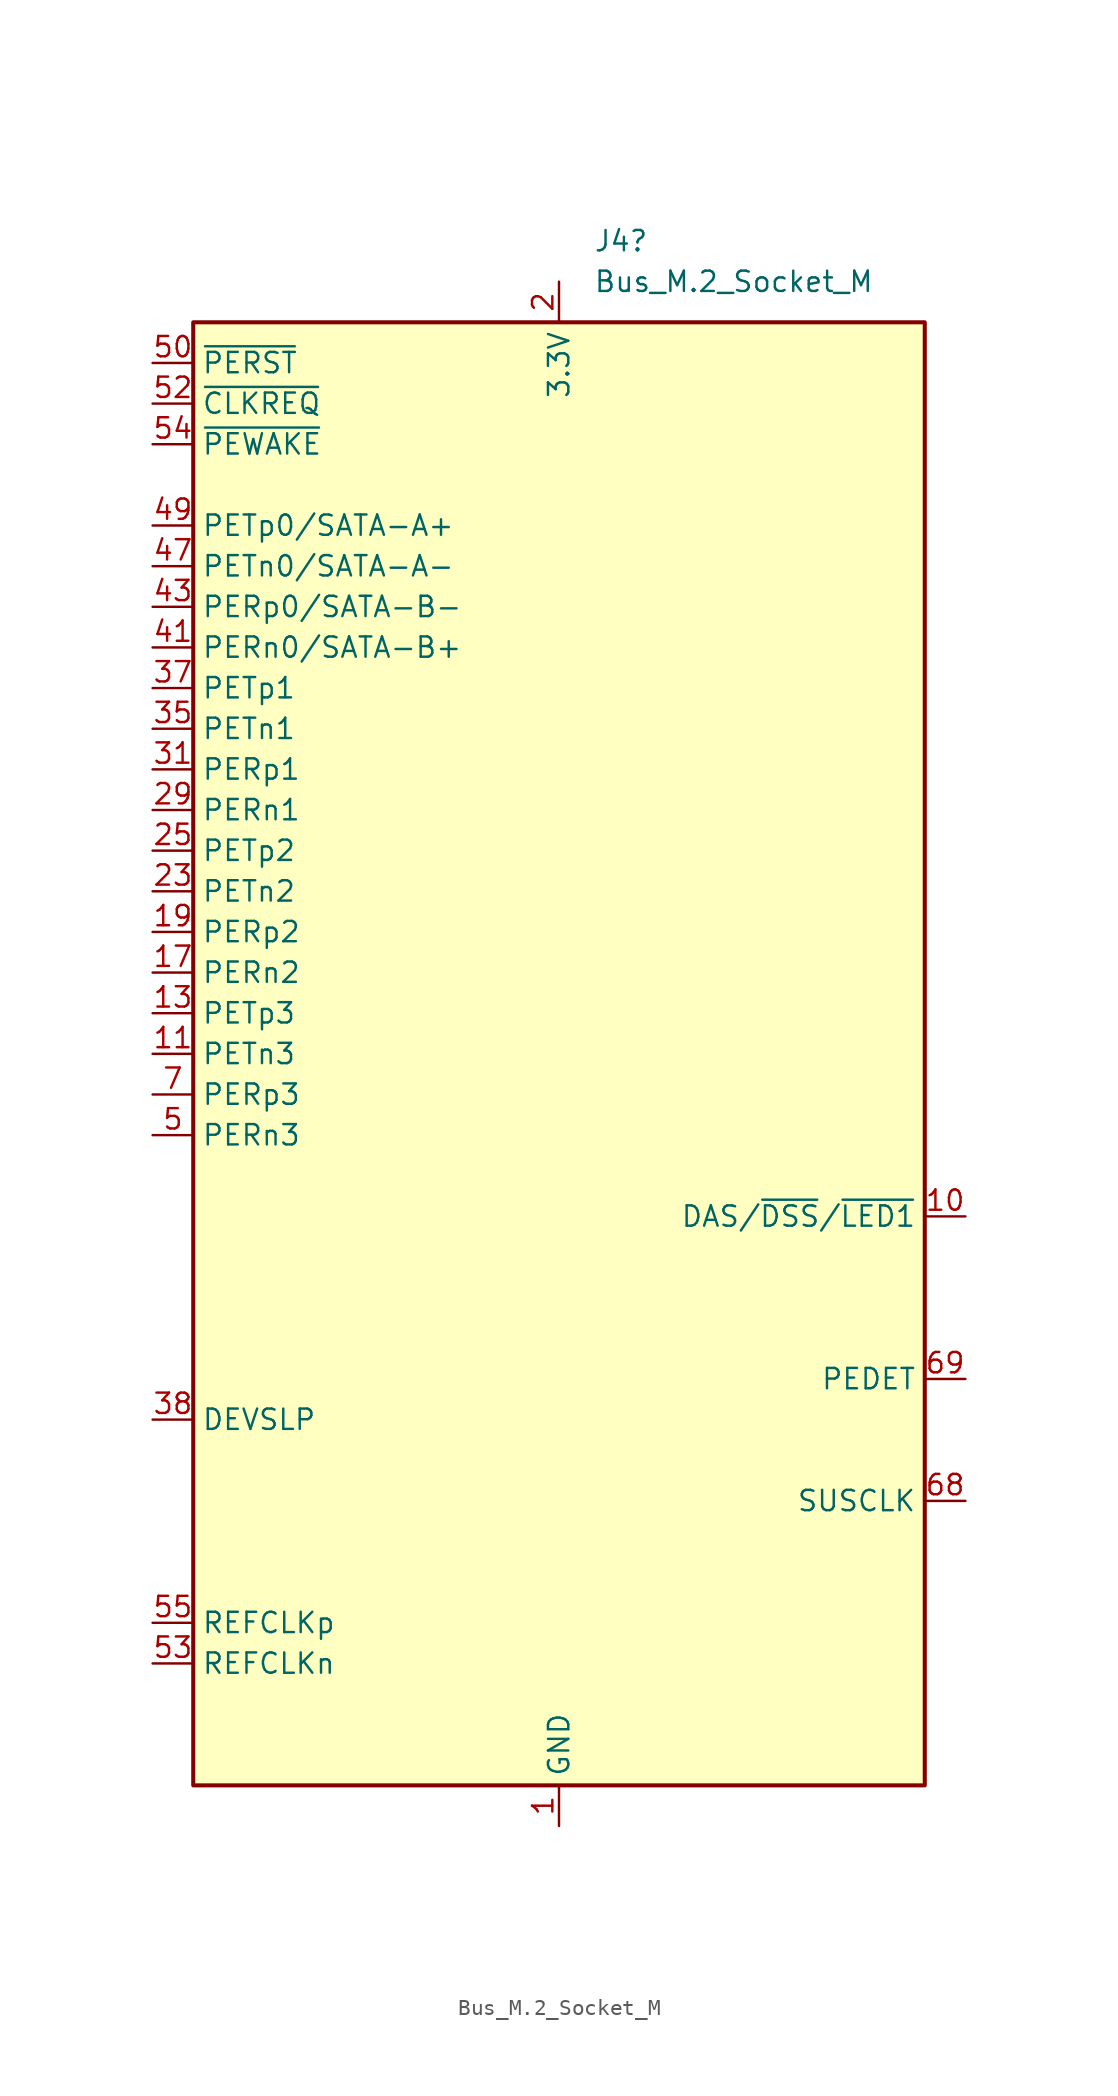
<source format=kicad_sym>
(kicad_symbol_lib
  (version 20241209)
  (generator "kicad_symbol_editor")
  (generator_version "9.0")
  (symbol "Bus_M.2_Socket_M"
    (property "Reference" "J4"
      (at 2.143 50.8 0)
      (effects (font (size 1.27 1.27)) (justify left)))
    (property "Value" "Bus_M.2_Socket_M"
      (at 2.143 48.26 0)
      (effects (font (size 1.27 1.27)) (justify left)))
    (symbol "Bus_M.2_Socket_M_0_1"
      (rectangle (start -22.86 45.72) (end 22.86 -45.72) (stroke (width 0.254) (type default)) (fill (type background))))
    (symbol "Bus_M.2_Socket_M_1_1"
      (pin output line (at -25.4 43.18 0) (length 2.54) (name "~{PERST}" (effects (font (size 1.27 1.27)))) (number "50" (effects (font (size 1.27 1.27)))))
      (pin bidirectional line (at -25.4 40.64 0) (length 2.54) (name "~{CLKREQ}" (effects (font (size 1.27 1.27)))) (number "52" (effects (font (size 1.27 1.27)))))
      (pin bidirectional line (at -25.4 38.1 0) (length 2.54) (name "~{PEWAKE}" (effects (font (size 1.27 1.27)))) (number "54" (effects (font (size 1.27 1.27)))))
      (pin output line (at -25.4 33.02 0) (length 2.54) (name "PETp0/SATA-A+" (effects (font (size 1.27 1.27)))) (number "49" (effects (font (size 1.27 1.27)))))
      (pin output line (at -25.4 30.48 0) (length 2.54) (name "PETn0/SATA-A-" (effects (font (size 1.27 1.27)))) (number "47" (effects (font (size 1.27 1.27)))))
      (pin input line (at -25.4 27.94 0) (length 2.54) (name "PERp0/SATA-B-" (effects (font (size 1.27 1.27)))) (number "43" (effects (font (size 1.27 1.27)))))
      (pin input line (at -25.4 25.4 0) (length 2.54) (name "PERn0/SATA-B+" (effects (font (size 1.27 1.27)))) (number "41" (effects (font (size 1.27 1.27)))))
      (pin output line (at -25.4 22.86 0) (length 2.54) (name "PETp1" (effects (font (size 1.27 1.27)))) (number "37" (effects (font (size 1.27 1.27)))))
      (pin output line (at -25.4 20.32 0) (length 2.54) (name "PETn1" (effects (font (size 1.27 1.27)))) (number "35" (effects (font (size 1.27 1.27)))))
      (pin input line (at -25.4 17.78 0) (length 2.54) (name "PERp1" (effects (font (size 1.27 1.27)))) (number "31" (effects (font (size 1.27 1.27)))))
      (pin input line (at -25.4 15.24 0) (length 2.54) (name "PERn1" (effects (font (size 1.27 1.27)))) (number "29" (effects (font (size 1.27 1.27)))))
      (pin output line (at -25.4 12.7 0) (length 2.54) (name "PETp2" (effects (font (size 1.27 1.27)))) (number "25" (effects (font (size 1.27 1.27)))))
      (pin output line (at -25.4 10.16 0) (length 2.54) (name "PETn2" (effects (font (size 1.27 1.27)))) (number "23" (effects (font (size 1.27 1.27)))))
      (pin input line (at -25.4 7.62 0) (length 2.54) (name "PERp2" (effects (font (size 1.27 1.27)))) (number "19" (effects (font (size 1.27 1.27)))))
      (pin input line (at -25.4 5.08 0) (length 2.54) (name "PERn2" (effects (font (size 1.27 1.27)))) (number "17" (effects (font (size 1.27 1.27)))))
      (pin output line (at -25.4 2.54 0) (length 2.54) (name "PETp3" (effects (font (size 1.27 1.27)))) (number "13" (effects (font (size 1.27 1.27)))))
      (pin output line (at -25.4 0 0) (length 2.54) (name "PETn3" (effects (font (size 1.27 1.27)))) (number "11" (effects (font (size 1.27 1.27)))))
      (pin input line (at -25.4 -2.54 0) (length 2.54) (name "PERp3" (effects (font (size 1.27 1.27)))) (number "7" (effects (font (size 1.27 1.27)))))
      (pin input line (at -25.4 -5.08 0) (length 2.54) (name "PERn3" (effects (font (size 1.27 1.27)))) (number "5" (effects (font (size 1.27 1.27)))))
      (pin output line (at -25.4 -22.86 0) (length 2.54) (name "DEVSLP" (effects (font (size 1.27 1.27)))) (number "38" (effects (font (size 1.27 1.27)))))
      (pin output line (at -25.4 -35.56 0) (length 2.54) (name "REFCLKp" (effects (font (size 1.27 1.27)))) (number "55" (effects (font (size 1.27 1.27)))))
      (pin output line (at -25.4 -38.1 0) (length 2.54) (name "REFCLKn" (effects (font (size 1.27 1.27)))) (number "53" (effects (font (size 1.27 1.27)))))
      (pin passive line (at 0 48.26 270) (length 2.54) (hide yes) (name "3.3V" (effects (font (size 1.27 1.27)))) (number "12" (effects (font (size 1.27 1.27)))))
      (pin passive line (at 0 48.26 270) (length 2.54) (hide yes) (name "3.3V" (effects (font (size 1.27 1.27)))) (number "14" (effects (font (size 1.27 1.27)))))
      (pin passive line (at 0 48.26 270) (length 2.54) (hide yes) (name "3.3V" (effects (font (size 1.27 1.27)))) (number "16" (effects (font (size 1.27 1.27)))))
      (pin passive line (at 0 48.26 270) (length 2.54) (hide yes) (name "3.3V" (effects (font (size 1.27 1.27)))) (number "18" (effects (font (size 1.27 1.27)))))
      (pin power_in line (at 0 48.26 270) (length 2.54) (name "3.3V" (effects (font (size 1.27 1.27)))) (number "2" (effects (font (size 1.27 1.27)))))
      (pin passive line (at 0 48.26 270) (length 2.54) (hide yes) (name "3.3V" (effects (font (size 1.27 1.27)))) (number "4" (effects (font (size 1.27 1.27)))))
      (pin passive line (at 0 48.26 270) (length 2.54) (hide yes) (name "3.3V" (effects (font (size 1.27 1.27)))) (number "70" (effects (font (size 1.27 1.27)))))
      (pin passive line (at 0 48.26 270) (length 2.54) (hide yes) (name "3.3V" (effects (font (size 1.27 1.27)))) (number "72" (effects (font (size 1.27 1.27)))))
      (pin passive line (at 0 48.26 270) (length 2.54) (hide yes) (name "3.3V" (effects (font (size 1.27 1.27)))) (number "74" (effects (font (size 1.27 1.27)))))
      (pin power_in line (at 0 -48.26 90) (length 2.54) (name "GND" (effects (font (size 1.27 1.27)))) (number "1" (effects (font (size 1.27 1.27)))))
      (pin passive line (at 0 -48.26 90) (length 2.54) (hide yes) (name "GND" (effects (font (size 1.27 1.27)))) (number "15" (effects (font (size 1.27 1.27)))))
      (pin passive line (at 0 -48.26 90) (length 2.54) (hide yes) (name "GND" (effects (font (size 1.27 1.27)))) (number "21" (effects (font (size 1.27 1.27)))))
      (pin passive line (at 0 -48.26 90) (length 2.54) (hide yes) (name "GND" (effects (font (size 1.27 1.27)))) (number "27" (effects (font (size 1.27 1.27)))))
      (pin passive line (at 0 -48.26 90) (length 2.54) (hide yes) (name "GND" (effects (font (size 1.27 1.27)))) (number "3" (effects (font (size 1.27 1.27)))))
      (pin passive line (at 0 -48.26 90) (length 2.54) (hide yes) (name "GND" (effects (font (size 1.27 1.27)))) (number "33" (effects (font (size 1.27 1.27)))))
      (pin passive line (at 0 -48.26 90) (length 2.54) (hide yes) (name "GND" (effects (font (size 1.27 1.27)))) (number "39" (effects (font (size 1.27 1.27)))))
      (pin passive line (at 0 -48.26 90) (length 2.54) (hide yes) (name "GND" (effects (font (size 1.27 1.27)))) (number "45" (effects (font (size 1.27 1.27)))))
      (pin passive line (at 0 -48.26 90) (length 2.54) (hide yes) (name "GND" (effects (font (size 1.27 1.27)))) (number "51" (effects (font (size 1.27 1.27)))))
      (pin passive line (at 0 -48.26 90) (length 2.54) (hide yes) (name "GND" (effects (font (size 1.27 1.27)))) (number "57" (effects (font (size 1.27 1.27)))))
      (pin passive line (at 0 -48.26 90) (length 2.54) (hide yes) (name "GND" (effects (font (size 1.27 1.27)))) (number "71" (effects (font (size 1.27 1.27)))))
      (pin passive line (at 0 -48.26 90) (length 2.54) (hide yes) (name "GND" (effects (font (size 1.27 1.27)))) (number "73" (effects (font (size 1.27 1.27)))))
      (pin passive line (at 0 -48.26 90) (length 2.54) (hide yes) (name "GND" (effects (font (size 1.27 1.27)))) (number "75" (effects (font (size 1.27 1.27)))))
      (pin passive line (at 0 -48.26 90) (length 2.54) (hide yes) (name "GND" (effects (font (size 1.27 1.27)))) (number "9" (effects (font (size 1.27 1.27)))))
      (pin output line (at 0 -48.26 90) (length 2.54) (hide yes) (name "GND" (effects (font (size 1.27 1.27)))) (number "SH1" (effects (font (size 1.27 1.27)))))
      (pin output line (at 0 -48.26 90) (length 2.54) (hide yes) (name "GND" (effects (font (size 1.27 1.27)))) (number "SH2" (effects (font (size 1.27 1.27)))))
      (pin no_connect line (at 22.86 40.64 180) (length 2.54) (hide yes) (name "NC" (effects (font (size 1.27 1.27)))) (number "58" (effects (font (size 1.27 1.27)))))
      (pin no_connect line (at 22.86 38.1 180) (length 2.54) (hide yes) (name "NC" (effects (font (size 1.27 1.27)))) (number "56" (effects (font (size 1.27 1.27)))))
      (pin no_connect line (at 22.86 35.56 180) (length 2.54) (hide yes) (name "NC" (effects (font (size 1.27 1.27)))) (number "48" (effects (font (size 1.27 1.27)))))
      (pin no_connect line (at 22.86 33.02 180) (length 2.54) (hide yes) (name "NC" (effects (font (size 1.27 1.27)))) (number "46" (effects (font (size 1.27 1.27)))))
      (pin no_connect line (at 22.86 30.48 180) (length 2.54) (hide yes) (name "NC" (effects (font (size 1.27 1.27)))) (number "44" (effects (font (size 1.27 1.27)))))
      (pin no_connect line (at 22.86 27.94 180) (length 2.54) (hide yes) (name "NC" (effects (font (size 1.27 1.27)))) (number "42" (effects (font (size 1.27 1.27)))))
      (pin no_connect line (at 22.86 25.4 180) (length 2.54) (hide yes) (name "NC" (effects (font (size 1.27 1.27)))) (number "40" (effects (font (size 1.27 1.27)))))
      (pin no_connect line (at 22.86 22.86 180) (length 2.54) (hide yes) (name "NC" (effects (font (size 1.27 1.27)))) (number "36" (effects (font (size 1.27 1.27)))))
      (pin no_connect line (at 22.86 20.32 180) (length 2.54) (hide yes) (name "NC" (effects (font (size 1.27 1.27)))) (number "34" (effects (font (size 1.27 1.27)))))
      (pin no_connect line (at 22.86 17.78 180) (length 2.54) (hide yes) (name "NC" (effects (font (size 1.27 1.27)))) (number "32" (effects (font (size 1.27 1.27)))))
      (pin no_connect line (at 22.86 15.24 180) (length 2.54) (hide yes) (name "NC" (effects (font (size 1.27 1.27)))) (number "30" (effects (font (size 1.27 1.27)))))
      (pin no_connect line (at 22.86 12.7 180) (length 2.54) (hide yes) (name "NC" (effects (font (size 1.27 1.27)))) (number "28" (effects (font (size 1.27 1.27)))))
      (pin no_connect line (at 22.86 10.16 180) (length 2.54) (hide yes) (name "NC" (effects (font (size 1.27 1.27)))) (number "26" (effects (font (size 1.27 1.27)))))
      (pin no_connect line (at 22.86 7.62 180) (length 2.54) (hide yes) (name "NC" (effects (font (size 1.27 1.27)))) (number "24" (effects (font (size 1.27 1.27)))))
      (pin no_connect line (at 22.86 5.08 180) (length 2.54) (hide yes) (name "NC" (effects (font (size 1.27 1.27)))) (number "22" (effects (font (size 1.27 1.27)))))
      (pin no_connect line (at 22.86 2.54 180) (length 2.54) (hide yes) (name "NC" (effects (font (size 1.27 1.27)))) (number "20" (effects (font (size 1.27 1.27)))))
      (pin no_connect line (at 22.86 0 180) (length 2.54) (hide yes) (name "NC" (effects (font (size 1.27 1.27)))) (number "8" (effects (font (size 1.27 1.27)))))
      (pin no_connect line (at 22.86 -2.54 180) (length 2.54) (hide yes) (name "NC" (effects (font (size 1.27 1.27)))) (number "6" (effects (font (size 1.27 1.27)))))
      (pin no_connect line (at 22.86 -5.08 180) (length 2.54) (hide yes) (name "NC" (effects (font (size 1.27 1.27)))) (number "67" (effects (font (size 1.27 1.27)))))
      (pin bidirectional line (at 25.4 -10.16 180) (length 2.54) (name "DAS/~{DSS}/~{LED1}" (effects (font (size 1.27 1.27)))) (number "10" (effects (font (size 1.27 1.27)))))
      (pin passive line (at 25.4 -20.32 180) (length 2.54) (name "PEDET" (effects (font (size 1.27 1.27)))) (number "69" (effects (font (size 1.27 1.27)))))
      (pin output line (at 25.4 -27.94 180) (length 2.54) (name "SUSCLK" (effects (font (size 1.27 1.27)))) (number "68" (effects (font (size 1.27 1.27))))))))
</source>
